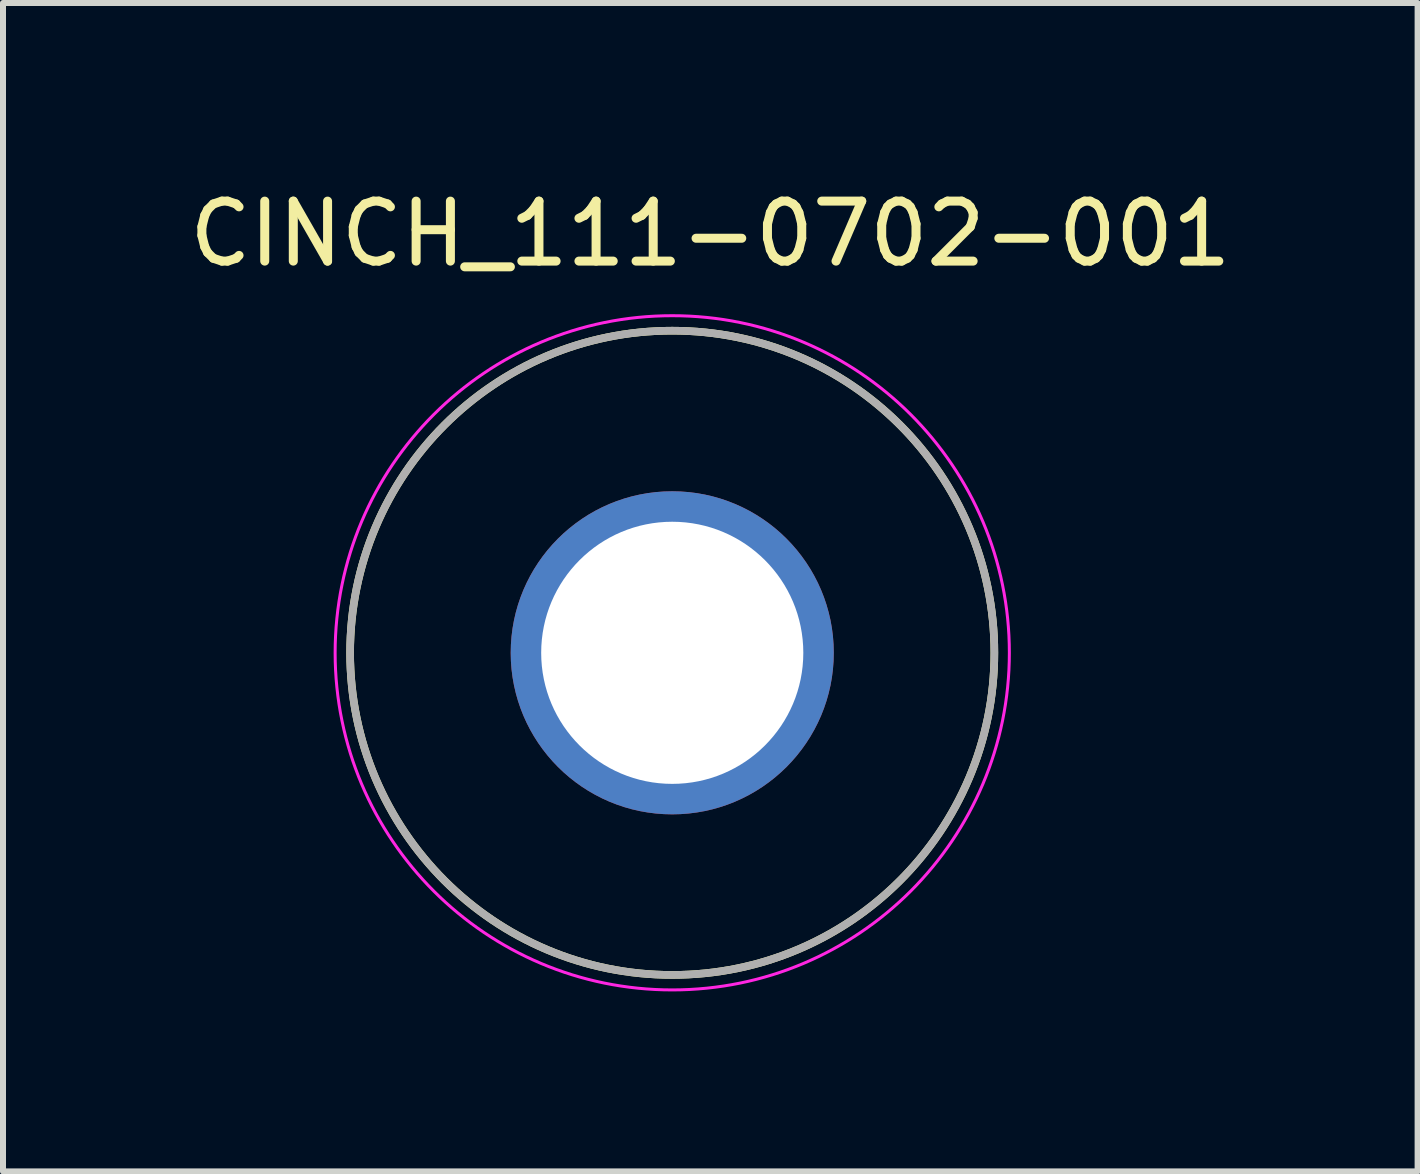
<source format=kicad_pcb>
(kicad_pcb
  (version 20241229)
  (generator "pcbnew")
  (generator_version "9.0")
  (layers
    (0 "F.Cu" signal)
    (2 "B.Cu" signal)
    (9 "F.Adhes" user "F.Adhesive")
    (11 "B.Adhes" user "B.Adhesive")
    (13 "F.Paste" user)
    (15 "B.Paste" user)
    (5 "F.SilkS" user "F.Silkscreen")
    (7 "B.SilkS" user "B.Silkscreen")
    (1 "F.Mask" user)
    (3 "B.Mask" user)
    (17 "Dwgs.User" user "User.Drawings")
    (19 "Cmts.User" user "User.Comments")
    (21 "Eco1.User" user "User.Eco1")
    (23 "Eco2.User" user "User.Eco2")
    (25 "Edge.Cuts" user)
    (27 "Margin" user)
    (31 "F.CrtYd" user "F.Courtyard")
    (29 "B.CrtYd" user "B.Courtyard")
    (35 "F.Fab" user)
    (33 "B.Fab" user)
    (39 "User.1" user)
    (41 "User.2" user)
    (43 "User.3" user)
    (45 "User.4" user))
  (footprint "CINCH_111-0702-001"
    (layer "F.Cu")
    (at 8.157 7.833)
    (property "Reference" "CINCH_111-0702-001" (at 0.635 -6.985 0) (layer "F.SilkS") (effects (font (size 1 1) (thickness 0.15))))
    (attr through_hole)
    (fp_circle (center 0 0) (end 5.37 0) (stroke (width 0.127) (type solid)) (fill no) (layer "F.SilkS"))
    (fp_circle (center 0 0) (end 5.62 0) (stroke (width 0.05) (type solid)) (fill no) (layer "F.CrtYd"))
    (fp_circle (center 0 0) (end 5.37 0) (stroke (width 0.127) (type solid)) (fill no) (layer "F.Fab"))
    (pad "1" thru_hole circle (at 0 0) (size 5.386 5.386) (drill 4.37) (layers "*.Cu" "*.Mask")))
  (gr_rect
    (start -3 -3)
    (end 20.583 16.478)
    (stroke (width 0.1) (type default))
    (fill no)
    (layer "Edge.Cuts")))
</source>
